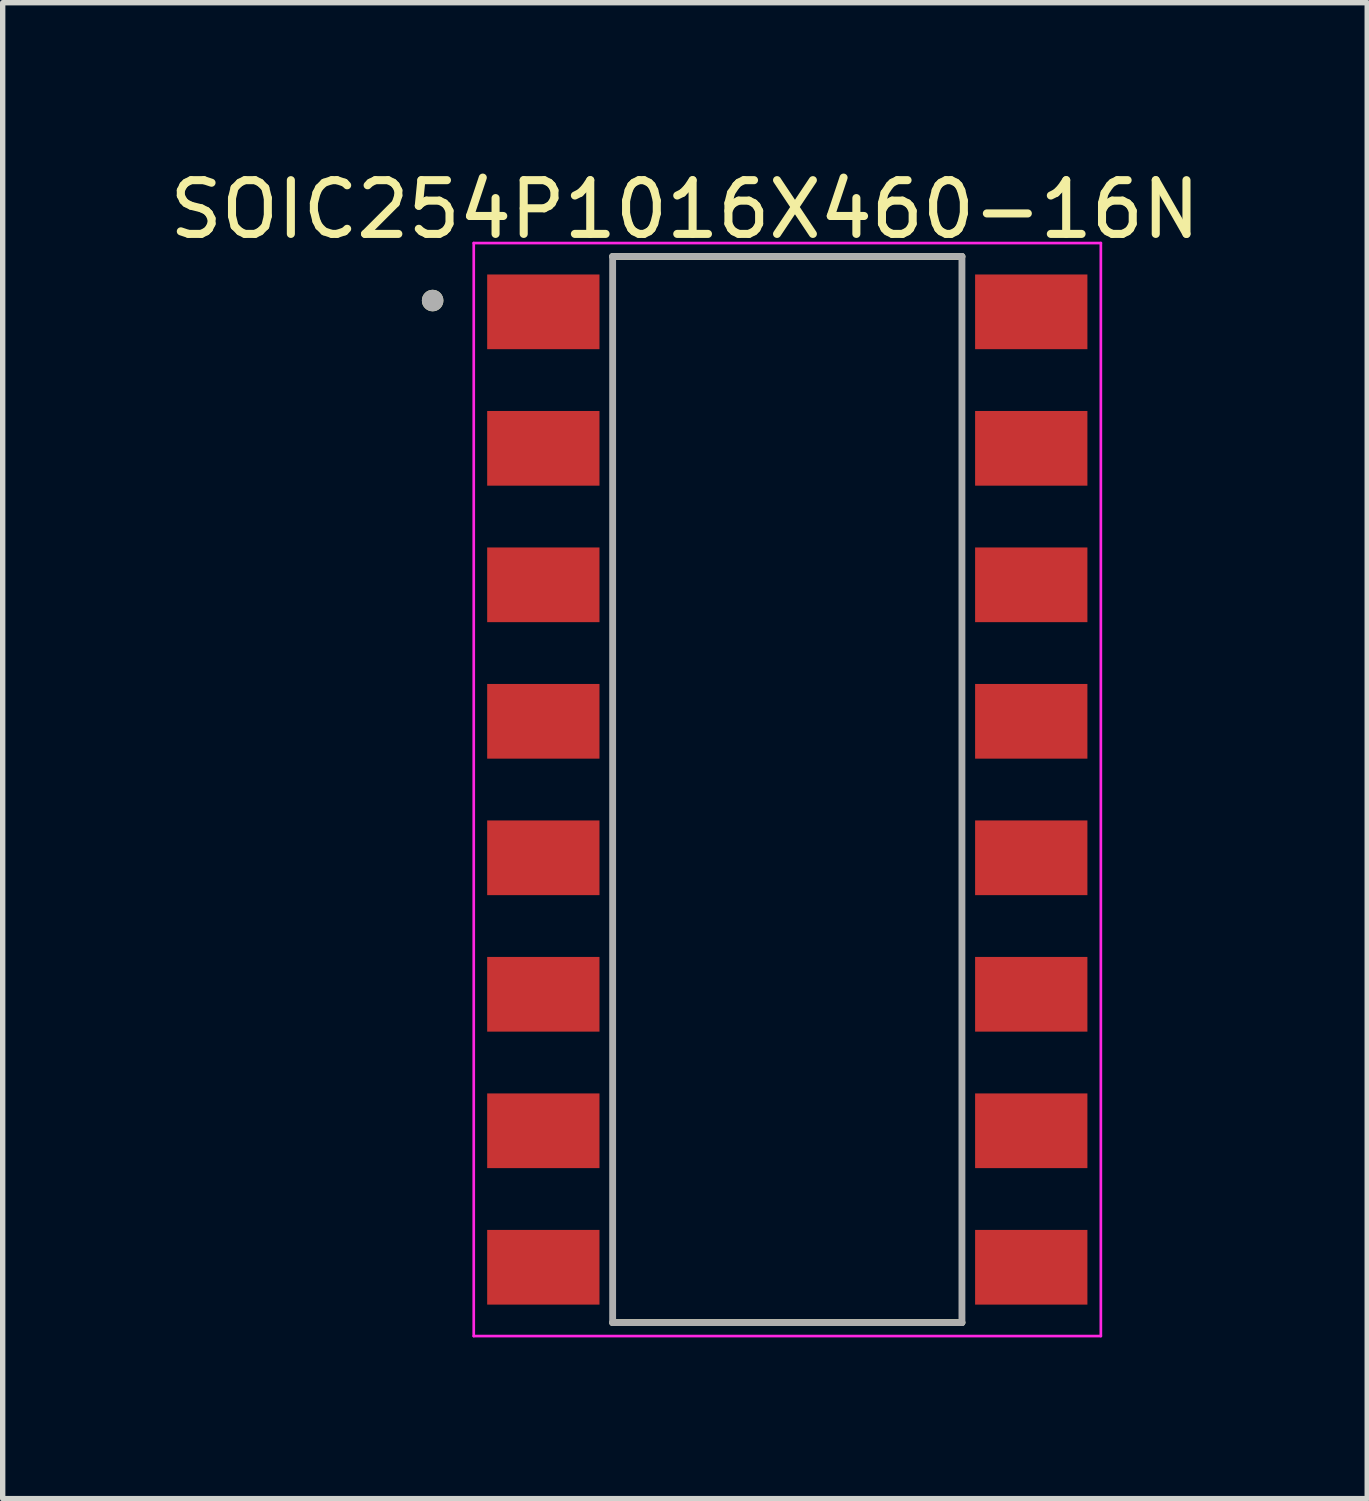
<source format=kicad_pcb>
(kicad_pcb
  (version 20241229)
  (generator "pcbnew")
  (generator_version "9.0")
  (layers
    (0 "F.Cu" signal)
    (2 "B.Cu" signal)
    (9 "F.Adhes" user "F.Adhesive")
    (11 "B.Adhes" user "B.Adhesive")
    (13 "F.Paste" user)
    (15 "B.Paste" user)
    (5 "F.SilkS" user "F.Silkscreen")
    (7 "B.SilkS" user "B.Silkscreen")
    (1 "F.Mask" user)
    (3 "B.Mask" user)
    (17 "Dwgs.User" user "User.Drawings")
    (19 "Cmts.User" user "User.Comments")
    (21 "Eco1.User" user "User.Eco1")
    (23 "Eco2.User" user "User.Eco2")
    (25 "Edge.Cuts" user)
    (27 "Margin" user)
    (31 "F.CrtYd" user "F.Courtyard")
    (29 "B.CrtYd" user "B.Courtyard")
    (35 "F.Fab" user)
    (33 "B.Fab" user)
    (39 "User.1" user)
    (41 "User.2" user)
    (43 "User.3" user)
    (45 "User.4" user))
  (footprint "SOIC254P1016X460-16N"
    (layer "F.Cu")
    (at 11.601 11.643)
    (property "Reference" "SOIC254P1016X460-16N" (at -1.905 -10.795 0) (layer "F.SilkS") (effects (font (size 1 1) (thickness 0.15))))
    (attr smd)
    (fp_line (start -3.25 -9.92) (end 3.25 -9.92) (stroke (width 0.127) (type solid)) (layer "F.SilkS"))
    (fp_line (start 3.25 9.92) (end -3.25 9.92) (stroke (width 0.127) (type solid)) (layer "F.SilkS"))
    (fp_circle (center -6.6 -9.1) (end -6.5 -9.1) (stroke (width 0.2) (type solid)) (fill no) (layer "F.SilkS"))
    (fp_line (start -5.835 -10.17) (end 5.835 -10.17) (stroke (width 0.05) (type solid)) (layer "F.CrtYd"))
    (fp_line (start -5.835 10.17) (end -5.835 -10.17) (stroke (width 0.05) (type solid)) (layer "F.CrtYd"))
    (fp_line (start 5.835 -10.17) (end 5.835 10.17) (stroke (width 0.05) (type solid)) (layer "F.CrtYd"))
    (fp_line (start 5.835 10.17) (end -5.835 10.17) (stroke (width 0.05) (type solid)) (layer "F.CrtYd"))
    (fp_line (start -3.25 -9.92) (end 3.25 -9.92) (stroke (width 0.127) (type solid)) (layer "F.Fab"))
    (fp_line (start -3.25 9.92) (end -3.25 -9.92) (stroke (width 0.127) (type solid)) (layer "F.Fab"))
    (fp_line (start 3.25 -9.92) (end 3.25 9.92) (stroke (width 0.127) (type solid)) (layer "F.Fab"))
    (fp_line (start 3.25 9.92) (end -3.25 9.92) (stroke (width 0.127) (type solid)) (layer "F.Fab"))
    (fp_circle (center -6.6 -9.1) (end -6.5 -9.1) (stroke (width 0.2) (type solid)) (fill no) (layer "F.Fab"))
    (pad "1" smd rect (at -4.54 -8.89) (size 2.09 1.39) (layers "F.Cu" "F.Mask" "F.Paste"))
    (pad "2" smd rect (at -4.54 -6.35) (size 2.09 1.39) (layers "F.Cu" "F.Mask" "F.Paste"))
    (pad "3" smd rect (at -4.54 -3.81) (size 2.09 1.39) (layers "F.Cu" "F.Mask" "F.Paste"))
    (pad "4" smd rect (at -4.54 -1.27) (size 2.09 1.39) (layers "F.Cu" "F.Mask" "F.Paste"))
    (pad "5" smd rect (at -4.54 1.27) (size 2.09 1.39) (layers "F.Cu" "F.Mask" "F.Paste"))
    (pad "6" smd rect (at -4.54 3.81) (size 2.09 1.39) (layers "F.Cu" "F.Mask" "F.Paste"))
    (pad "7" smd rect (at -4.54 6.35) (size 2.09 1.39) (layers "F.Cu" "F.Mask" "F.Paste"))
    (pad "8" smd rect (at -4.54 8.89) (size 2.09 1.39) (layers "F.Cu" "F.Mask" "F.Paste"))
    (pad "9" smd rect (at 4.54 8.89) (size 2.09 1.39) (layers "F.Cu" "F.Mask" "F.Paste"))
    (pad "10" smd rect (at 4.54 6.35) (size 2.09 1.39) (layers "F.Cu" "F.Mask" "F.Paste"))
    (pad "11" smd rect (at 4.54 3.81) (size 2.09 1.39) (layers "F.Cu" "F.Mask" "F.Paste"))
    (pad "12" smd rect (at 4.54 1.27) (size 2.09 1.39) (layers "F.Cu" "F.Mask" "F.Paste"))
    (pad "13" smd rect (at 4.54 -1.27) (size 2.09 1.39) (layers "F.Cu" "F.Mask" "F.Paste"))
    (pad "14" smd rect (at 4.54 -3.81) (size 2.09 1.39) (layers "F.Cu" "F.Mask" "F.Paste"))
    (pad "15" smd rect (at 4.54 -6.35) (size 2.09 1.39) (layers "F.Cu" "F.Mask" "F.Paste"))
    (pad "16" smd rect (at 4.54 -8.89) (size 2.09 1.39) (layers "F.Cu" "F.Mask" "F.Paste")))
  (gr_rect
    (start -3 -3)
    (end 22.393 24.838)
    (stroke (width 0.1) (type default))
    (fill no)
    (layer "Edge.Cuts")))
</source>
